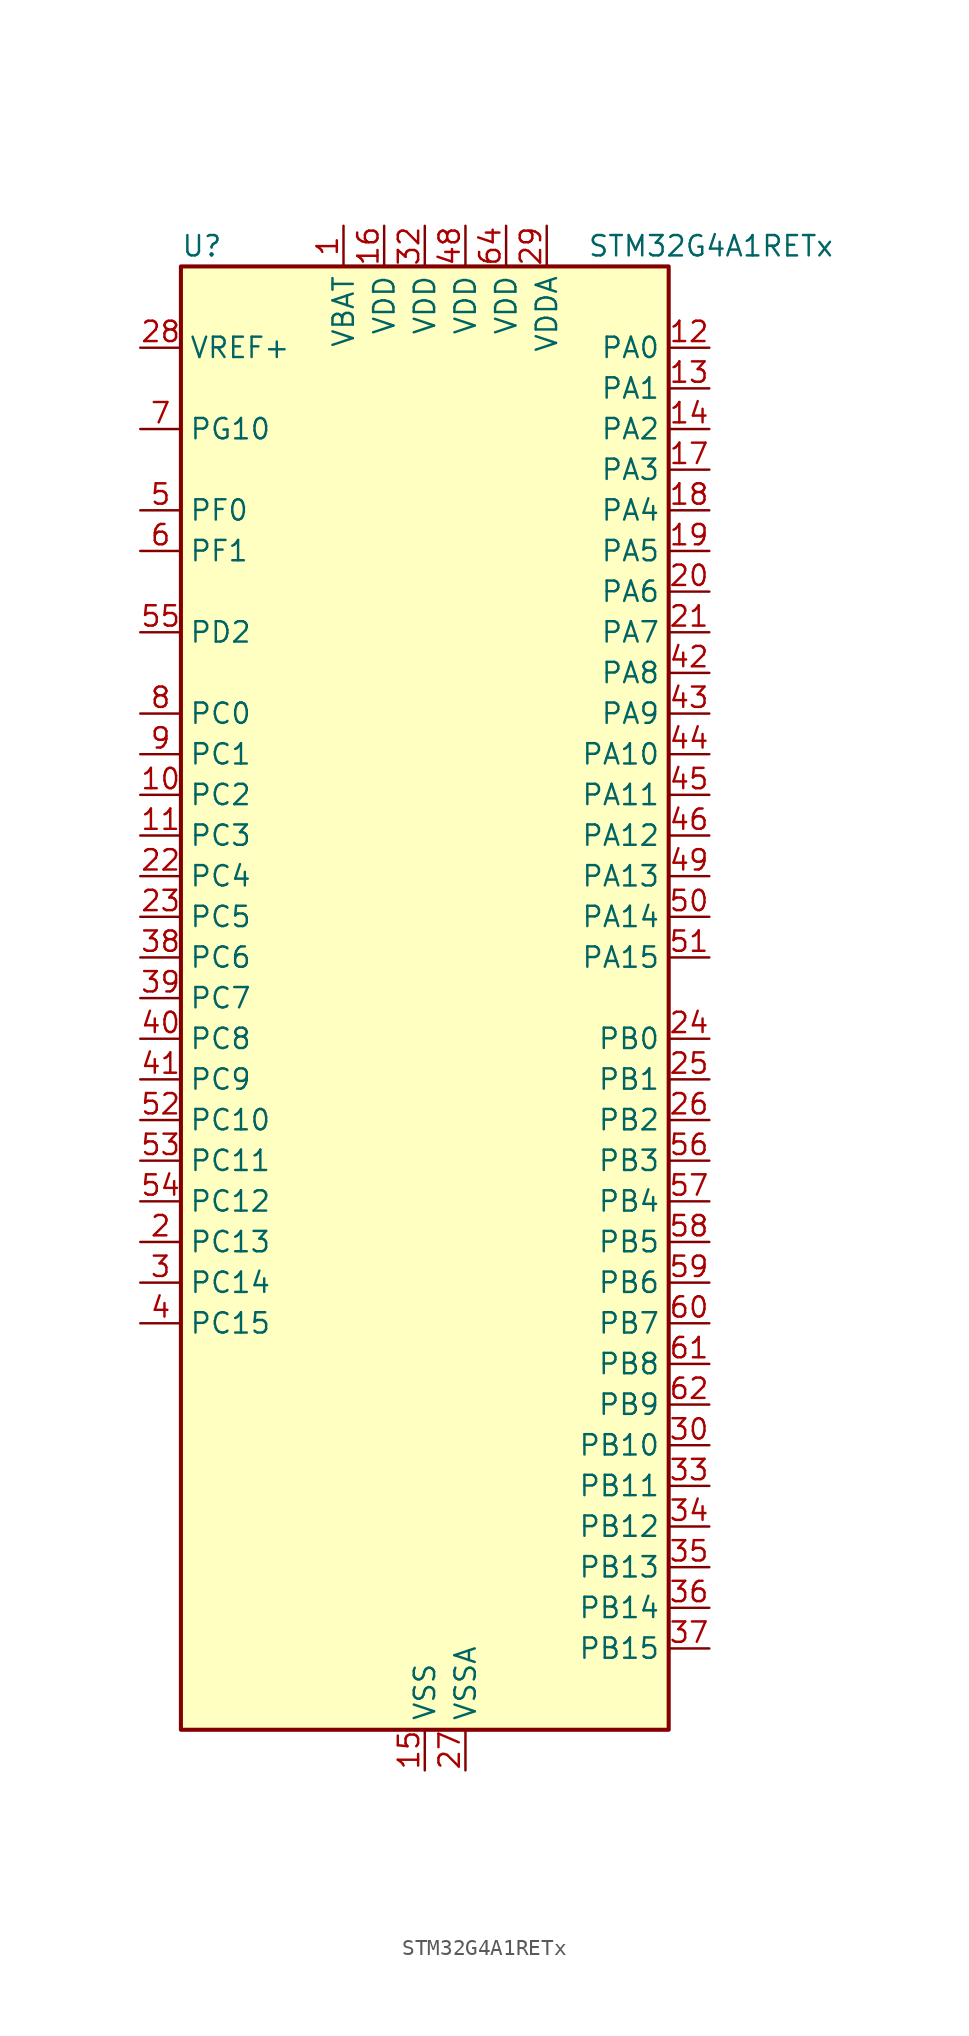
<source format=kicad_sym>
(kicad_symbol_lib
  (version 20241209)
  (generator "kicad_symbol_editor")
  (generator_version "9.0")
  (symbol "STM32G4A1RETx"
    (property "Reference" "U"
      (at -15.24 46.99 0)
      (effects (font (size 1.27 1.27)) (justify left)))
    (property "Value" "STM32G4A1RETx"
      (at 10.16 46.99 0)
      (effects (font (size 1.27 1.27)) (justify left)))
    (symbol "STM32G4A1RETx_0_1"
      (rectangle (start -15.24 -45.72) (end 15.24 45.72) (stroke (width 0.254) (type default)) (fill (type background))))
    (symbol "STM32G4A1RETx_1_1"
      (pin input line (at -17.78 40.64 0) (length 2.54) (name "VREF+" (effects (font (size 1.27 1.27)))) (number "28" (effects (font (size 1.27 1.27)))) (alternate "VREFBUF_OUT" bidirectional line))
      (pin bidirectional line (at -17.78 35.56 0) (length 2.54) (name "PG10" (effects (font (size 1.27 1.27)))) (number "7" (effects (font (size 1.27 1.27)))) (alternate "DAC1_EXTI10" bidirectional line) (alternate "DAC3_EXTI10" bidirectional line) (alternate "RCC_MCO" bidirectional line))
      (pin bidirectional line (at -17.78 30.48 0) (length 2.54) (name "PF0" (effects (font (size 1.27 1.27)))) (number "5" (effects (font (size 1.27 1.27)))) (alternate "ADC1_IN10" bidirectional line) (alternate "I2C2_SDA" bidirectional line) (alternate "I2S2_WS" bidirectional line) (alternate "RCC_OSC_IN" bidirectional line) (alternate "SPI2_NSS" bidirectional line) (alternate "TIM1_CH3N" bidirectional line))
      (pin bidirectional line (at -17.78 27.94 0) (length 2.54) (name "PF1" (effects (font (size 1.27 1.27)))) (number "6" (effects (font (size 1.27 1.27)))) (alternate "ADC2_IN10" bidirectional line) (alternate "COMP3_INM" bidirectional line) (alternate "I2S2_CK" bidirectional line) (alternate "RCC_OSC_OUT" bidirectional line) (alternate "SPI2_SCK" bidirectional line))
      (pin bidirectional line (at -17.78 22.86 0) (length 2.54) (name "PD2" (effects (font (size 1.27 1.27)))) (number "55" (effects (font (size 1.27 1.27)))) (alternate "ADC3_EXTI2" bidirectional line) (alternate "TIM3_ETR" bidirectional line) (alternate "TIM8_BKIN" bidirectional line) (alternate "UART5_RX" bidirectional line))
      (pin bidirectional line (at -17.78 17.78 0) (length 2.54) (name "PC0" (effects (font (size 1.27 1.27)))) (number "8" (effects (font (size 1.27 1.27)))) (alternate "ADC1_IN6" bidirectional line) (alternate "ADC2_IN6" bidirectional line) (alternate "COMP3_INM" bidirectional line) (alternate "LPTIM1_IN1" bidirectional line) (alternate "LPUART1_RX" bidirectional line) (alternate "TIM1_CH1" bidirectional line))
      (pin bidirectional line (at -17.78 15.24 0) (length 2.54) (name "PC1" (effects (font (size 1.27 1.27)))) (number "9" (effects (font (size 1.27 1.27)))) (alternate "ADC1_IN7" bidirectional line) (alternate "ADC2_IN7" bidirectional line) (alternate "COMP3_INP" bidirectional line) (alternate "LPTIM1_OUT" bidirectional line) (alternate "LPUART1_TX" bidirectional line) (alternate "QUADSPI1_BK2_IO0" bidirectional line) (alternate "SAI1_SD_A" bidirectional line) (alternate "TIM1_CH2" bidirectional line))
      (pin bidirectional line (at -17.78 12.7 0) (length 2.54) (name "PC2" (effects (font (size 1.27 1.27)))) (number "10" (effects (font (size 1.27 1.27)))) (alternate "ADC1_IN8" bidirectional line) (alternate "ADC2_IN8" bidirectional line) (alternate "ADC3_EXTI2" bidirectional line) (alternate "COMP3_OUT" bidirectional line) (alternate "LPTIM1_IN2" bidirectional line) (alternate "QUADSPI1_BK2_IO1" bidirectional line) (alternate "TIM1_CH3" bidirectional line) (alternate "TIM20_CH2" bidirectional line))
      (pin bidirectional line (at -17.78 10.16 0) (length 2.54) (name "PC3" (effects (font (size 1.27 1.27)))) (number "11" (effects (font (size 1.27 1.27)))) (alternate "ADC1_IN9" bidirectional line) (alternate "ADC2_IN9" bidirectional line) (alternate "ADC3_EXTI3" bidirectional line) (alternate "LPTIM1_ETR" bidirectional line) (alternate "QUADSPI1_BK2_IO2" bidirectional line) (alternate "SAI1_D1" bidirectional line) (alternate "SAI1_SD_A" bidirectional line) (alternate "TIM1_BKIN2" bidirectional line) (alternate "TIM1_CH4" bidirectional line))
      (pin bidirectional line (at -17.78 7.62 0) (length 2.54) (name "PC4" (effects (font (size 1.27 1.27)))) (number "22" (effects (font (size 1.27 1.27)))) (alternate "ADC2_IN5" bidirectional line) (alternate "I2C2_SCL" bidirectional line) (alternate "QUADSPI1_BK2_IO3" bidirectional line) (alternate "TIM1_ETR" bidirectional line) (alternate "USART1_TX" bidirectional line))
      (pin bidirectional line (at -17.78 5.08 0) (length 2.54) (name "PC5" (effects (font (size 1.27 1.27)))) (number "23" (effects (font (size 1.27 1.27)))) (alternate "ADC2_IN11" bidirectional line) (alternate "OPAMP1_VINM" bidirectional line) (alternate "OPAMP1_VINM1" bidirectional line) (alternate "OPAMP1_VINM_SEC" bidirectional line) (alternate "OPAMP2_VINM" bidirectional line) (alternate "OPAMP2_VINM1" bidirectional line) (alternate "OPAMP2_VINM_SEC" bidirectional line) (alternate "SAI1_D3" bidirectional line) (alternate "SYS_WKUP5" bidirectional line) (alternate "TIM15_BKIN" bidirectional line) (alternate "TIM1_CH4N" bidirectional line) (alternate "USART1_RX" bidirectional line))
      (pin bidirectional line (at -17.78 2.54 0) (length 2.54) (name "PC6" (effects (font (size 1.27 1.27)))) (number "38" (effects (font (size 1.27 1.27)))) (alternate "I2S2_MCK" bidirectional line) (alternate "TIM3_CH1" bidirectional line) (alternate "TIM8_CH1" bidirectional line))
      (pin bidirectional line (at -17.78 0 0) (length 2.54) (name "PC7" (effects (font (size 1.27 1.27)))) (number "39" (effects (font (size 1.27 1.27)))) (alternate "I2S3_MCK" bidirectional line) (alternate "TIM3_CH2" bidirectional line) (alternate "TIM8_CH2" bidirectional line))
      (pin bidirectional line (at -17.78 -2.54 0) (length 2.54) (name "PC8" (effects (font (size 1.27 1.27)))) (number "40" (effects (font (size 1.27 1.27)))) (alternate "I2C3_SCL" bidirectional line) (alternate "TIM20_CH3" bidirectional line) (alternate "TIM3_CH3" bidirectional line) (alternate "TIM8_CH3" bidirectional line))
      (pin bidirectional line (at -17.78 -5.08 0) (length 2.54) (name "PC9" (effects (font (size 1.27 1.27)))) (number "41" (effects (font (size 1.27 1.27)))) (alternate "DAC1_EXTI9" bidirectional line) (alternate "DAC3_EXTI9" bidirectional line) (alternate "I2C3_SDA" bidirectional line) (alternate "I2S_CKIN" bidirectional line) (alternate "TIM3_CH4" bidirectional line) (alternate "TIM8_BKIN2" bidirectional line) (alternate "TIM8_CH4" bidirectional line))
      (pin bidirectional line (at -17.78 -7.62 0) (length 2.54) (name "PC10" (effects (font (size 1.27 1.27)))) (number "52" (effects (font (size 1.27 1.27)))) (alternate "DAC1_EXTI10" bidirectional line) (alternate "DAC3_EXTI10" bidirectional line) (alternate "I2S3_CK" bidirectional line) (alternate "SPI3_SCK" bidirectional line) (alternate "TIM8_CH1N" bidirectional line) (alternate "UART4_TX" bidirectional line) (alternate "USART3_TX" bidirectional line))
      (pin bidirectional line (at -17.78 -10.16 0) (length 2.54) (name "PC11" (effects (font (size 1.27 1.27)))) (number "53" (effects (font (size 1.27 1.27)))) (alternate "ADC1_EXTI11" bidirectional line) (alternate "ADC2_EXTI11" bidirectional line) (alternate "I2C3_SDA" bidirectional line) (alternate "SPI3_MISO" bidirectional line) (alternate "TIM8_CH2N" bidirectional line) (alternate "UART4_RX" bidirectional line) (alternate "USART3_RX" bidirectional line))
      (pin bidirectional line (at -17.78 -12.7 0) (length 2.54) (name "PC12" (effects (font (size 1.27 1.27)))) (number "54" (effects (font (size 1.27 1.27)))) (alternate "I2S3_SD" bidirectional line) (alternate "SPI3_MOSI" bidirectional line) (alternate "TIM8_CH3N" bidirectional line) (alternate "UART5_TX" bidirectional line) (alternate "UCPD1_FRSTX1" bidirectional line) (alternate "UCPD1_FRSTX2" bidirectional line) (alternate "USART3_CK" bidirectional line))
      (pin bidirectional line (at -17.78 -15.24 0) (length 2.54) (name "PC13" (effects (font (size 1.27 1.27)))) (number "2" (effects (font (size 1.27 1.27)))) (alternate "RTC_OUT1" bidirectional line) (alternate "RTC_TAMP1" bidirectional line) (alternate "RTC_TS" bidirectional line) (alternate "SYS_WKUP2" bidirectional line) (alternate "TIM1_BKIN" bidirectional line) (alternate "TIM1_CH1N" bidirectional line) (alternate "TIM8_CH4N" bidirectional line))
      (pin bidirectional line (at -17.78 -17.78 0) (length 2.54) (name "PC14" (effects (font (size 1.27 1.27)))) (number "3" (effects (font (size 1.27 1.27)))) (alternate "RCC_OSC32_IN" bidirectional line))
      (pin bidirectional line (at -17.78 -20.32 0) (length 2.54) (name "PC15" (effects (font (size 1.27 1.27)))) (number "4" (effects (font (size 1.27 1.27)))) (alternate "ADC1_EXTI15" bidirectional line) (alternate "ADC2_EXTI15" bidirectional line) (alternate "RCC_OSC32_OUT" bidirectional line))
      (pin power_in line (at -5.08 48.26 270) (length 2.54) (name "VBAT" (effects (font (size 1.27 1.27)))) (number "1" (effects (font (size 1.27 1.27)))))
      (pin power_in line (at -2.54 48.26 270) (length 2.54) (name "VDD" (effects (font (size 1.27 1.27)))) (number "16" (effects (font (size 1.27 1.27)))))
      (pin power_in line (at 0 48.26 270) (length 2.54) (name "VDD" (effects (font (size 1.27 1.27)))) (number "32" (effects (font (size 1.27 1.27)))))
      (pin power_in line (at 0 -48.26 90) (length 2.54) (name "VSS" (effects (font (size 1.27 1.27)))) (number "15" (effects (font (size 1.27 1.27)))))
      (pin passive line (at 0 -48.26 90) (length 2.54) (hide yes) (name "VSS" (effects (font (size 1.27 1.27)))) (number "31" (effects (font (size 1.27 1.27)))))
      (pin passive line (at 0 -48.26 90) (length 2.54) (hide yes) (name "VSS" (effects (font (size 1.27 1.27)))) (number "47" (effects (font (size 1.27 1.27)))))
      (pin passive line (at 0 -48.26 90) (length 2.54) (hide yes) (name "VSS" (effects (font (size 1.27 1.27)))) (number "63" (effects (font (size 1.27 1.27)))))
      (pin power_in line (at 2.54 48.26 270) (length 2.54) (name "VDD" (effects (font (size 1.27 1.27)))) (number "48" (effects (font (size 1.27 1.27)))))
      (pin power_in line (at 2.54 -48.26 90) (length 2.54) (name "VSSA" (effects (font (size 1.27 1.27)))) (number "27" (effects (font (size 1.27 1.27)))))
      (pin power_in line (at 5.08 48.26 270) (length 2.54) (name "VDD" (effects (font (size 1.27 1.27)))) (number "64" (effects (font (size 1.27 1.27)))))
      (pin power_in line (at 7.62 48.26 270) (length 2.54) (name "VDDA" (effects (font (size 1.27 1.27)))) (number "29" (effects (font (size 1.27 1.27)))))
      (pin bidirectional line (at 17.78 40.64 180) (length 2.54) (name "PA0" (effects (font (size 1.27 1.27)))) (number "12" (effects (font (size 1.27 1.27)))) (alternate "ADC1_IN1" bidirectional line) (alternate "ADC2_IN1" bidirectional line) (alternate "COMP1_INM" bidirectional line) (alternate "COMP1_OUT" bidirectional line) (alternate "COMP3_INP" bidirectional line) (alternate "RTC_TAMP2" bidirectional line) (alternate "SYS_WKUP1" bidirectional line) (alternate "TIM2_CH1" bidirectional line) (alternate "TIM2_ETR" bidirectional line) (alternate "TIM8_BKIN" bidirectional line) (alternate "TIM8_ETR" bidirectional line) (alternate "USART2_CTS" bidirectional line) (alternate "USART2_NSS" bidirectional line))
      (pin bidirectional line (at 17.78 38.1 180) (length 2.54) (name "PA1" (effects (font (size 1.27 1.27)))) (number "13" (effects (font (size 1.27 1.27)))) (alternate "ADC1_IN2" bidirectional line) (alternate "ADC2_IN2" bidirectional line) (alternate "COMP1_INP" bidirectional line) (alternate "OPAMP1_VINP" bidirectional line) (alternate "OPAMP1_VINP_SEC" bidirectional line) (alternate "OPAMP3_VINP" bidirectional line) (alternate "OPAMP3_VINP_SEC" bidirectional line) (alternate "OPAMP6_VINM" bidirectional line) (alternate "OPAMP6_VINM0" bidirectional line) (alternate "OPAMP6_VINM_SEC" bidirectional line) (alternate "RTC_REFIN" bidirectional line) (alternate "TIM15_CH1N" bidirectional line) (alternate "TIM2_CH2" bidirectional line) (alternate "USART2_DE" bidirectional line) (alternate "USART2_RTS" bidirectional line))
      (pin bidirectional line (at 17.78 35.56 180) (length 2.54) (name "PA2" (effects (font (size 1.27 1.27)))) (number "14" (effects (font (size 1.27 1.27)))) (alternate "ADC1_IN3" bidirectional line) (alternate "ADC3_EXTI2" bidirectional line) (alternate "COMP2_INM" bidirectional line) (alternate "COMP2_OUT" bidirectional line) (alternate "LPUART1_TX" bidirectional line) (alternate "OPAMP1_VOUT" bidirectional line) (alternate "QUADSPI1_BK1_NCS" bidirectional line) (alternate "RCC_LSCO" bidirectional line) (alternate "SYS_WKUP4" bidirectional line) (alternate "TIM15_CH1" bidirectional line) (alternate "TIM2_CH3" bidirectional line) (alternate "UCPD1_FRSTX1" bidirectional line) (alternate "UCPD1_FRSTX2" bidirectional line) (alternate "USART2_TX" bidirectional line))
      (pin bidirectional line (at 17.78 33.02 180) (length 2.54) (name "PA3" (effects (font (size 1.27 1.27)))) (number "17" (effects (font (size 1.27 1.27)))) (alternate "ADC1_IN4" bidirectional line) (alternate "ADC3_EXTI3" bidirectional line) (alternate "COMP2_INP" bidirectional line) (alternate "LPUART1_RX" bidirectional line) (alternate "OPAMP1_VINM" bidirectional line) (alternate "OPAMP1_VINM0" bidirectional line) (alternate "OPAMP1_VINM_SEC" bidirectional line) (alternate "OPAMP1_VINP" bidirectional line) (alternate "OPAMP1_VINP_SEC" bidirectional line) (alternate "QUADSPI1_CLK" bidirectional line) (alternate "SAI1_CK1" bidirectional line) (alternate "SAI1_MCLK_A" bidirectional line) (alternate "TIM15_CH2" bidirectional line) (alternate "TIM2_CH4" bidirectional line) (alternate "USART2_RX" bidirectional line))
      (pin bidirectional line (at 17.78 30.48 180) (length 2.54) (name "PA4" (effects (font (size 1.27 1.27)))) (number "18" (effects (font (size 1.27 1.27)))) (alternate "ADC2_IN17" bidirectional line) (alternate "COMP1_INM" bidirectional line) (alternate "DAC1_OUT1" bidirectional line) (alternate "I2S3_WS" bidirectional line) (alternate "SAI1_FS_B" bidirectional line) (alternate "SPI1_NSS" bidirectional line) (alternate "SPI3_NSS" bidirectional line) (alternate "TIM3_CH2" bidirectional line) (alternate "USART2_CK" bidirectional line))
      (pin bidirectional line (at 17.78 27.94 180) (length 2.54) (name "PA5" (effects (font (size 1.27 1.27)))) (number "19" (effects (font (size 1.27 1.27)))) (alternate "ADC2_IN13" bidirectional line) (alternate "COMP2_INM" bidirectional line) (alternate "DAC1_OUT2" bidirectional line) (alternate "OPAMP2_VINM" bidirectional line) (alternate "OPAMP2_VINM0" bidirectional line) (alternate "OPAMP2_VINM_SEC" bidirectional line) (alternate "SPI1_SCK" bidirectional line) (alternate "TIM2_CH1" bidirectional line) (alternate "TIM2_ETR" bidirectional line) (alternate "UCPD1_FRSTX1" bidirectional line) (alternate "UCPD1_FRSTX2" bidirectional line))
      (pin bidirectional line (at 17.78 25.4 180) (length 2.54) (name "PA6" (effects (font (size 1.27 1.27)))) (number "20" (effects (font (size 1.27 1.27)))) (alternate "ADC2_IN3" bidirectional line) (alternate "COMP1_OUT" bidirectional line) (alternate "LPUART1_CTS" bidirectional line) (alternate "OPAMP2_VOUT" bidirectional line) (alternate "QUADSPI1_BK1_IO3" bidirectional line) (alternate "SPI1_MISO" bidirectional line) (alternate "TIM16_CH1" bidirectional line) (alternate "TIM1_BKIN" bidirectional line) (alternate "TIM3_CH1" bidirectional line) (alternate "TIM8_BKIN" bidirectional line))
      (pin bidirectional line (at 17.78 22.86 180) (length 2.54) (name "PA7" (effects (font (size 1.27 1.27)))) (number "21" (effects (font (size 1.27 1.27)))) (alternate "ADC2_IN4" bidirectional line) (alternate "COMP2_INP" bidirectional line) (alternate "COMP2_OUT" bidirectional line) (alternate "OPAMP1_VINP" bidirectional line) (alternate "OPAMP1_VINP_SEC" bidirectional line) (alternate "OPAMP2_VINP" bidirectional line) (alternate "OPAMP2_VINP_SEC" bidirectional line) (alternate "QUADSPI1_BK1_IO2" bidirectional line) (alternate "SPI1_MOSI" bidirectional line) (alternate "TIM17_CH1" bidirectional line) (alternate "TIM1_CH1N" bidirectional line) (alternate "TIM3_CH2" bidirectional line) (alternate "TIM8_CH1N" bidirectional line) (alternate "UCPD1_FRSTX1" bidirectional line) (alternate "UCPD1_FRSTX2" bidirectional line))
      (pin bidirectional line (at 17.78 20.32 180) (length 2.54) (name "PA8" (effects (font (size 1.27 1.27)))) (number "42" (effects (font (size 1.27 1.27)))) (alternate "I2C2_SDA" bidirectional line) (alternate "I2C3_SCL" bidirectional line) (alternate "I2S2_MCK" bidirectional line) (alternate "RCC_MCO" bidirectional line) (alternate "SAI1_CK2" bidirectional line) (alternate "SAI1_SCK_A" bidirectional line) (alternate "TIM1_CH1" bidirectional line) (alternate "TIM4_ETR" bidirectional line) (alternate "USART1_CK" bidirectional line))
      (pin bidirectional line (at 17.78 17.78 180) (length 2.54) (name "PA9" (effects (font (size 1.27 1.27)))) (number "43" (effects (font (size 1.27 1.27)))) (alternate "DAC1_EXTI9" bidirectional line) (alternate "DAC3_EXTI9" bidirectional line) (alternate "I2C2_SCL" bidirectional line) (alternate "I2C3_SMBA" bidirectional line) (alternate "I2S3_MCK" bidirectional line) (alternate "SAI1_FS_A" bidirectional line) (alternate "TIM15_BKIN" bidirectional line) (alternate "TIM1_CH2" bidirectional line) (alternate "TIM2_CH3" bidirectional line) (alternate "UCPD1_DBCC1" bidirectional line) (alternate "USART1_TX" bidirectional line))
      (pin bidirectional line (at 17.78 15.24 180) (length 2.54) (name "PA10" (effects (font (size 1.27 1.27)))) (number "44" (effects (font (size 1.27 1.27)))) (alternate "CRS_SYNC" bidirectional line) (alternate "DAC1_EXTI10" bidirectional line) (alternate "DAC3_EXTI10" bidirectional line) (alternate "I2C2_SMBA" bidirectional line) (alternate "SAI1_D1" bidirectional line) (alternate "SAI1_SD_A" bidirectional line) (alternate "SPI2_MISO" bidirectional line) (alternate "TIM17_BKIN" bidirectional line) (alternate "TIM1_CH3" bidirectional line) (alternate "TIM2_CH4" bidirectional line) (alternate "TIM8_BKIN" bidirectional line) (alternate "UCPD1_DBCC2" bidirectional line) (alternate "USART1_RX" bidirectional line))
      (pin bidirectional line (at 17.78 12.7 180) (length 2.54) (name "PA11" (effects (font (size 1.27 1.27)))) (number "45" (effects (font (size 1.27 1.27)))) (alternate "ADC1_EXTI11" bidirectional line) (alternate "ADC2_EXTI11" bidirectional line) (alternate "COMP1_OUT" bidirectional line) (alternate "FDCAN1_RX" bidirectional line) (alternate "I2S2_SD" bidirectional line) (alternate "SPI2_MOSI" bidirectional line) (alternate "TIM1_BKIN2" bidirectional line) (alternate "TIM1_CH1N" bidirectional line) (alternate "TIM1_CH4" bidirectional line) (alternate "TIM4_CH1" bidirectional line) (alternate "USART1_CTS" bidirectional line) (alternate "USART1_NSS" bidirectional line) (alternate "USB_DM" bidirectional line))
      (pin bidirectional line (at 17.78 10.16 180) (length 2.54) (name "PA12" (effects (font (size 1.27 1.27)))) (number "46" (effects (font (size 1.27 1.27)))) (alternate "COMP2_OUT" bidirectional line) (alternate "FDCAN1_TX" bidirectional line) (alternate "I2S_CKIN" bidirectional line) (alternate "TIM16_CH1" bidirectional line) (alternate "TIM1_CH2N" bidirectional line) (alternate "TIM1_ETR" bidirectional line) (alternate "TIM4_CH2" bidirectional line) (alternate "USART1_DE" bidirectional line) (alternate "USART1_RTS" bidirectional line) (alternate "USB_DP" bidirectional line))
      (pin bidirectional line (at 17.78 7.62 180) (length 2.54) (name "PA13" (effects (font (size 1.27 1.27)))) (number "49" (effects (font (size 1.27 1.27)))) (alternate "I2C1_SCL" bidirectional line) (alternate "IR_OUT" bidirectional line) (alternate "SAI1_SD_B" bidirectional line) (alternate "SYS_JTMS-SWDIO" bidirectional line) (alternate "TIM16_CH1N" bidirectional line) (alternate "TIM4_CH3" bidirectional line) (alternate "USART3_CTS" bidirectional line) (alternate "USART3_NSS" bidirectional line))
      (pin bidirectional line (at 17.78 5.08 180) (length 2.54) (name "PA14" (effects (font (size 1.27 1.27)))) (number "50" (effects (font (size 1.27 1.27)))) (alternate "I2C1_SDA" bidirectional line) (alternate "LPTIM1_OUT" bidirectional line) (alternate "SAI1_FS_B" bidirectional line) (alternate "SYS_JTCK-SWCLK" bidirectional line) (alternate "TIM1_BKIN" bidirectional line) (alternate "TIM8_CH2" bidirectional line) (alternate "USART2_TX" bidirectional line))
      (pin bidirectional line (at 17.78 2.54 180) (length 2.54) (name "PA15" (effects (font (size 1.27 1.27)))) (number "51" (effects (font (size 1.27 1.27)))) (alternate "ADC1_EXTI15" bidirectional line) (alternate "ADC2_EXTI15" bidirectional line) (alternate "I2C1_SCL" bidirectional line) (alternate "I2S3_WS" bidirectional line) (alternate "SPI1_NSS" bidirectional line) (alternate "SPI3_NSS" bidirectional line) (alternate "SYS_JTDI" bidirectional line) (alternate "TIM1_BKIN" bidirectional line) (alternate "TIM20_ETR" bidirectional line) (alternate "TIM2_CH1" bidirectional line) (alternate "TIM2_ETR" bidirectional line) (alternate "TIM8_CH1" bidirectional line) (alternate "UART4_DE" bidirectional line) (alternate "UART4_RTS" bidirectional line) (alternate "USART2_RX" bidirectional line))
      (pin bidirectional line (at 17.78 -2.54 180) (length 2.54) (name "PB0" (effects (font (size 1.27 1.27)))) (number "24" (effects (font (size 1.27 1.27)))) (alternate "ADC1_IN15" bidirectional line) (alternate "ADC3_IN12" bidirectional line) (alternate "COMP4_INP" bidirectional line) (alternate "OPAMP2_VINP" bidirectional line) (alternate "OPAMP2_VINP_SEC" bidirectional line) (alternate "OPAMP3_VINP" bidirectional line) (alternate "OPAMP3_VINP_SEC" bidirectional line) (alternate "QUADSPI1_BK1_IO1" bidirectional line) (alternate "TIM1_CH2N" bidirectional line) (alternate "TIM3_CH3" bidirectional line) (alternate "TIM8_CH2N" bidirectional line) (alternate "UCPD1_FRSTX1" bidirectional line) (alternate "UCPD1_FRSTX2" bidirectional line))
      (pin bidirectional line (at 17.78 -5.08 180) (length 2.54) (name "PB1" (effects (font (size 1.27 1.27)))) (number "25" (effects (font (size 1.27 1.27)))) (alternate "ADC1_IN12" bidirectional line) (alternate "ADC3_IN1" bidirectional line) (alternate "COMP1_INP" bidirectional line) (alternate "COMP4_OUT" bidirectional line) (alternate "LPUART1_DE" bidirectional line) (alternate "LPUART1_RTS" bidirectional line) (alternate "OPAMP3_VOUT" bidirectional line) (alternate "OPAMP6_VINM" bidirectional line) (alternate "OPAMP6_VINM1" bidirectional line) (alternate "OPAMP6_VINM_SEC" bidirectional line) (alternate "QUADSPI1_BK1_IO0" bidirectional line) (alternate "TIM1_CH3N" bidirectional line) (alternate "TIM3_CH4" bidirectional line) (alternate "TIM8_CH3N" bidirectional line))
      (pin bidirectional line (at 17.78 -7.62 180) (length 2.54) (name "PB2" (effects (font (size 1.27 1.27)))) (number "26" (effects (font (size 1.27 1.27)))) (alternate "ADC2_IN12" bidirectional line) (alternate "ADC3_EXTI2" bidirectional line) (alternate "COMP4_INM" bidirectional line) (alternate "I2C3_SMBA" bidirectional line) (alternate "LPTIM1_OUT" bidirectional line) (alternate "OPAMP3_VINM" bidirectional line) (alternate "OPAMP3_VINM0" bidirectional line) (alternate "OPAMP3_VINM_SEC" bidirectional line) (alternate "QUADSPI1_BK2_IO1" bidirectional line) (alternate "RTC_OUT2" bidirectional line) (alternate "TIM20_CH1" bidirectional line))
      (pin bidirectional line (at 17.78 -10.16 180) (length 2.54) (name "PB3" (effects (font (size 1.27 1.27)))) (number "56" (effects (font (size 1.27 1.27)))) (alternate "ADC3_EXTI3" bidirectional line) (alternate "CRS_SYNC" bidirectional line) (alternate "I2S3_CK" bidirectional line) (alternate "SAI1_SCK_B" bidirectional line) (alternate "SPI1_SCK" bidirectional line) (alternate "SPI3_SCK" bidirectional line) (alternate "SYS_JTDO-SWO" bidirectional line) (alternate "TIM2_CH2" bidirectional line) (alternate "TIM3_ETR" bidirectional line) (alternate "TIM4_ETR" bidirectional line) (alternate "TIM8_CH1N" bidirectional line) (alternate "USART2_TX" bidirectional line))
      (pin bidirectional line (at 17.78 -12.7 180) (length 2.54) (name "PB4" (effects (font (size 1.27 1.27)))) (number "57" (effects (font (size 1.27 1.27)))) (alternate "SAI1_MCLK_B" bidirectional line) (alternate "SPI1_MISO" bidirectional line) (alternate "SPI3_MISO" bidirectional line) (alternate "SYS_JTRST" bidirectional line) (alternate "TIM16_CH1" bidirectional line) (alternate "TIM17_BKIN" bidirectional line) (alternate "TIM3_CH1" bidirectional line) (alternate "TIM8_CH2N" bidirectional line) (alternate "UART5_DE" bidirectional line) (alternate "UART5_RTS" bidirectional line) (alternate "UCPD1_CC2" bidirectional line) (alternate "USART2_RX" bidirectional line))
      (pin bidirectional line (at 17.78 -15.24 180) (length 2.54) (name "PB5" (effects (font (size 1.27 1.27)))) (number "58" (effects (font (size 1.27 1.27)))) (alternate "FDCAN2_RX" bidirectional line) (alternate "I2C1_SMBA" bidirectional line) (alternate "I2C3_SDA" bidirectional line) (alternate "I2S3_SD" bidirectional line) (alternate "LPTIM1_IN1" bidirectional line) (alternate "SAI1_SD_B" bidirectional line) (alternate "SPI1_MOSI" bidirectional line) (alternate "SPI3_MOSI" bidirectional line) (alternate "TIM16_BKIN" bidirectional line) (alternate "TIM17_CH1" bidirectional line) (alternate "TIM3_CH2" bidirectional line) (alternate "TIM8_CH3N" bidirectional line) (alternate "UART5_CTS" bidirectional line) (alternate "USART2_CK" bidirectional line))
      (pin bidirectional line (at 17.78 -17.78 180) (length 2.54) (name "PB6" (effects (font (size 1.27 1.27)))) (number "59" (effects (font (size 1.27 1.27)))) (alternate "COMP4_OUT" bidirectional line) (alternate "FDCAN2_TX" bidirectional line) (alternate "LPTIM1_ETR" bidirectional line) (alternate "SAI1_FS_B" bidirectional line) (alternate "TIM16_CH1N" bidirectional line) (alternate "TIM4_CH1" bidirectional line) (alternate "TIM8_BKIN2" bidirectional line) (alternate "TIM8_CH1" bidirectional line) (alternate "TIM8_ETR" bidirectional line) (alternate "UCPD1_CC1" bidirectional line) (alternate "USART1_TX" bidirectional line))
      (pin bidirectional line (at 17.78 -20.32 180) (length 2.54) (name "PB7" (effects (font (size 1.27 1.27)))) (number "60" (effects (font (size 1.27 1.27)))) (alternate "COMP3_OUT" bidirectional line) (alternate "I2C1_SDA" bidirectional line) (alternate "LPTIM1_IN2" bidirectional line) (alternate "SYS_PVD_IN" bidirectional line) (alternate "TIM17_CH1N" bidirectional line) (alternate "TIM3_CH4" bidirectional line) (alternate "TIM4_CH2" bidirectional line) (alternate "TIM8_BKIN" bidirectional line) (alternate "UART4_CTS" bidirectional line) (alternate "USART1_RX" bidirectional line))
      (pin bidirectional line (at 17.78 -22.86 180) (length 2.54) (name "PB8" (effects (font (size 1.27 1.27)))) (number "61" (effects (font (size 1.27 1.27)))) (alternate "COMP1_OUT" bidirectional line) (alternate "FDCAN1_RX" bidirectional line) (alternate "I2C1_SCL" bidirectional line) (alternate "SAI1_CK1" bidirectional line) (alternate "SAI1_MCLK_A" bidirectional line) (alternate "TIM16_CH1" bidirectional line) (alternate "TIM1_BKIN" bidirectional line) (alternate "TIM4_CH3" bidirectional line) (alternate "TIM8_CH2" bidirectional line) (alternate "USART3_RX" bidirectional line))
      (pin bidirectional line (at 17.78 -25.4 180) (length 2.54) (name "PB9" (effects (font (size 1.27 1.27)))) (number "62" (effects (font (size 1.27 1.27)))) (alternate "COMP2_OUT" bidirectional line) (alternate "DAC1_EXTI9" bidirectional line) (alternate "DAC3_EXTI9" bidirectional line) (alternate "FDCAN1_TX" bidirectional line) (alternate "I2C1_SDA" bidirectional line) (alternate "IR_OUT" bidirectional line) (alternate "SAI1_D2" bidirectional line) (alternate "SAI1_FS_A" bidirectional line) (alternate "TIM17_CH1" bidirectional line) (alternate "TIM1_CH3N" bidirectional line) (alternate "TIM4_CH4" bidirectional line) (alternate "TIM8_CH3" bidirectional line) (alternate "USART3_TX" bidirectional line))
      (pin bidirectional line (at 17.78 -27.94 180) (length 2.54) (name "PB10" (effects (font (size 1.27 1.27)))) (number "30" (effects (font (size 1.27 1.27)))) (alternate "DAC1_EXTI10" bidirectional line) (alternate "DAC3_EXTI10" bidirectional line) (alternate "LPUART1_RX" bidirectional line) (alternate "OPAMP3_VINM" bidirectional line) (alternate "OPAMP3_VINM1" bidirectional line) (alternate "OPAMP3_VINM_SEC" bidirectional line) (alternate "QUADSPI1_CLK" bidirectional line) (alternate "SAI1_SCK_A" bidirectional line) (alternate "TIM1_BKIN" bidirectional line) (alternate "TIM2_CH3" bidirectional line) (alternate "USART3_TX" bidirectional line))
      (pin bidirectional line (at 17.78 -30.48 180) (length 2.54) (name "PB11" (effects (font (size 1.27 1.27)))) (number "33" (effects (font (size 1.27 1.27)))) (alternate "ADC1_EXTI11" bidirectional line) (alternate "ADC1_IN14" bidirectional line) (alternate "ADC2_EXTI11" bidirectional line) (alternate "ADC2_IN14" bidirectional line) (alternate "LPUART1_TX" bidirectional line) (alternate "OPAMP6_VOUT" bidirectional line) (alternate "QUADSPI1_BK1_NCS" bidirectional line) (alternate "TIM2_CH4" bidirectional line) (alternate "USART3_RX" bidirectional line))
      (pin bidirectional line (at 17.78 -33.02 180) (length 2.54) (name "PB12" (effects (font (size 1.27 1.27)))) (number "34" (effects (font (size 1.27 1.27)))) (alternate "ADC1_IN11" bidirectional line) (alternate "FDCAN2_RX" bidirectional line) (alternate "I2C2_SMBA" bidirectional line) (alternate "I2S2_WS" bidirectional line) (alternate "LPUART1_DE" bidirectional line) (alternate "LPUART1_RTS" bidirectional line) (alternate "OPAMP6_VINP" bidirectional line) (alternate "OPAMP6_VINP_SEC" bidirectional line) (alternate "SPI2_NSS" bidirectional line) (alternate "TIM1_BKIN" bidirectional line) (alternate "USART3_CK" bidirectional line))
      (pin bidirectional line (at 17.78 -35.56 180) (length 2.54) (name "PB13" (effects (font (size 1.27 1.27)))) (number "35" (effects (font (size 1.27 1.27)))) (alternate "ADC3_IN5" bidirectional line) (alternate "FDCAN2_TX" bidirectional line) (alternate "I2S2_CK" bidirectional line) (alternate "LPUART1_CTS" bidirectional line) (alternate "OPAMP3_VINP" bidirectional line) (alternate "OPAMP3_VINP_SEC" bidirectional line) (alternate "OPAMP6_VINP" bidirectional line) (alternate "OPAMP6_VINP_SEC" bidirectional line) (alternate "SPI2_SCK" bidirectional line) (alternate "TIM1_CH1N" bidirectional line) (alternate "USART3_CTS" bidirectional line) (alternate "USART3_NSS" bidirectional line))
      (pin bidirectional line (at 17.78 -38.1 180) (length 2.54) (name "PB14" (effects (font (size 1.27 1.27)))) (number "36" (effects (font (size 1.27 1.27)))) (alternate "ADC1_IN5" bidirectional line) (alternate "COMP4_OUT" bidirectional line) (alternate "OPAMP2_VINP" bidirectional line) (alternate "OPAMP2_VINP_SEC" bidirectional line) (alternate "SPI2_MISO" bidirectional line) (alternate "TIM15_CH1" bidirectional line) (alternate "TIM1_CH2N" bidirectional line) (alternate "USART3_DE" bidirectional line) (alternate "USART3_RTS" bidirectional line))
      (pin bidirectional line (at 17.78 -40.64 180) (length 2.54) (name "PB15" (effects (font (size 1.27 1.27)))) (number "37" (effects (font (size 1.27 1.27)))) (alternate "ADC1_EXTI15" bidirectional line) (alternate "ADC2_EXTI15" bidirectional line) (alternate "ADC2_IN15" bidirectional line) (alternate "COMP3_OUT" bidirectional line) (alternate "I2S2_SD" bidirectional line) (alternate "RTC_REFIN" bidirectional line) (alternate "SPI2_MOSI" bidirectional line) (alternate "TIM15_CH1N" bidirectional line) (alternate "TIM15_CH2" bidirectional line) (alternate "TIM1_CH3N" bidirectional line)))))
</source>
